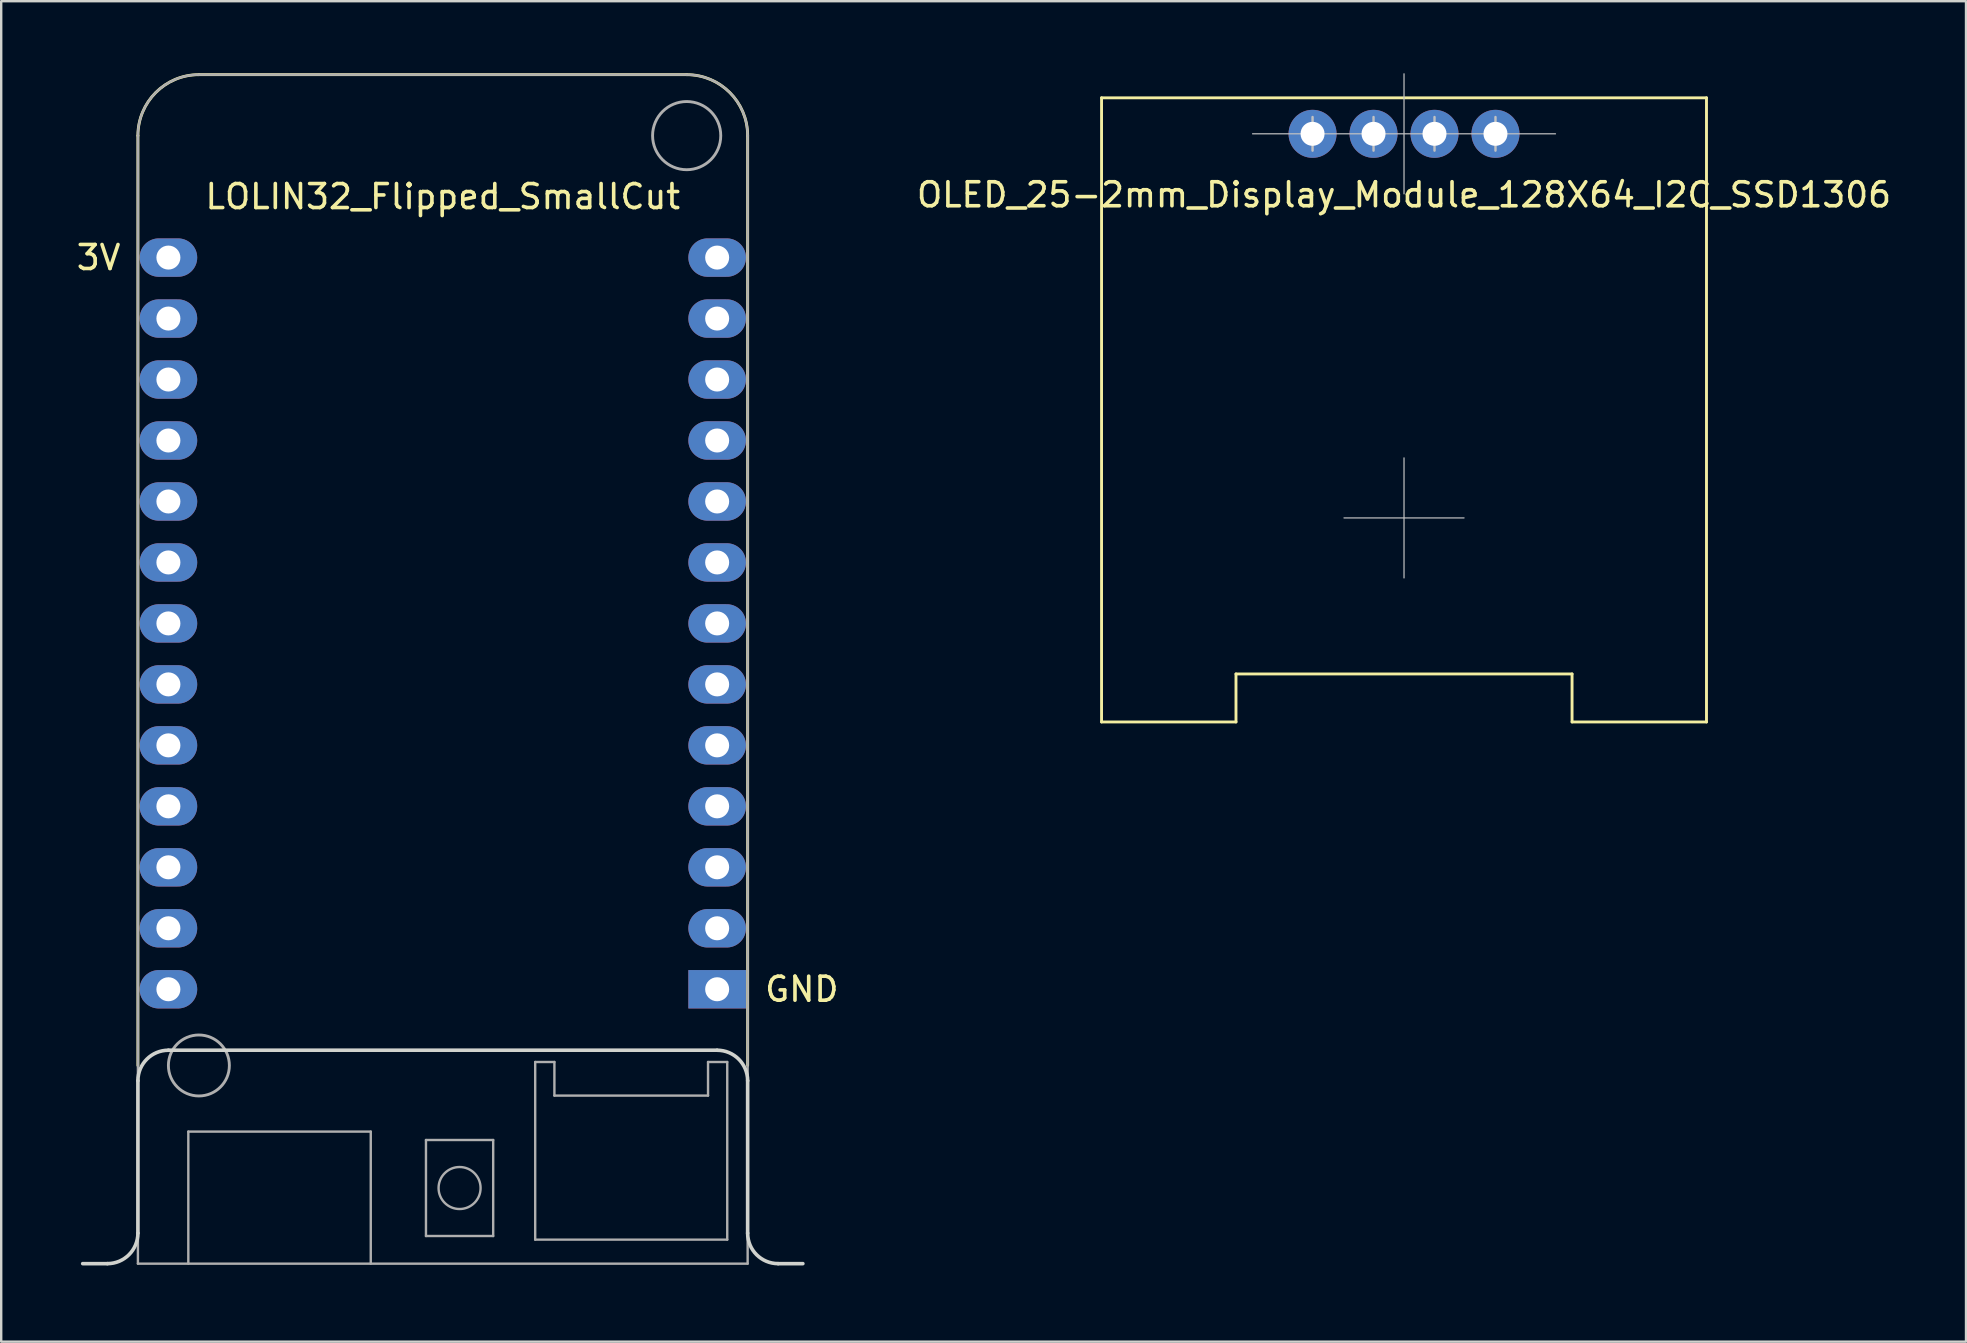
<source format=kicad_pcb>
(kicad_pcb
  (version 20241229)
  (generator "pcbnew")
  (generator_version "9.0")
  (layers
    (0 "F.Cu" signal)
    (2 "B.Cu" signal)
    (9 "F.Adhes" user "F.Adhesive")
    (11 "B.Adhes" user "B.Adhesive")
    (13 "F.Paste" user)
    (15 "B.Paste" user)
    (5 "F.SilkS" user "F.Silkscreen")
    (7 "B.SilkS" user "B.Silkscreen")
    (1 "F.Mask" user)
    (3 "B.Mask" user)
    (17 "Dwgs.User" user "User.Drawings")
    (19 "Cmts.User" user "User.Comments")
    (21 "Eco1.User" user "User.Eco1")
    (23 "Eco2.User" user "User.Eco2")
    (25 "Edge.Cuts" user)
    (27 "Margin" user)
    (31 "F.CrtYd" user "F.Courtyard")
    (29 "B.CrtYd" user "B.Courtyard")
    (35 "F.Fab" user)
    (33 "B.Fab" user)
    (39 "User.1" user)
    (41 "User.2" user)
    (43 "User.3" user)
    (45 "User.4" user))
  (footprint "OLED_25-2mm_Display_Module_128X64_I2C_SSD1306"
    (layer "F.Cu")
    (at 55.438 2.525)
    (property "Reference" "OLED_25-2mm_Display_Module_128X64_I2C_SSD1306" (at 0 2.54 0) (layer "F.SilkS") (effects (font (size 1 1) (thickness 0.15))))
    (attr through_hole)
    (fp_line (start -12.6 -1.5) (end -12.6 24.5) (stroke (width 0.12) (type solid)) (layer "F.SilkS"))
    (fp_line (start -12.6 24.5) (end -7 24.5) (stroke (width 0.12) (type solid)) (layer "F.SilkS"))
    (fp_line (start -7 22.5) (end 7 22.5) (stroke (width 0.12) (type solid)) (layer "F.SilkS"))
    (fp_line (start -7 24.5) (end -7 22.5) (stroke (width 0.12) (type solid)) (layer "F.SilkS"))
    (fp_line (start 7 22.5) (end 7 24.5) (stroke (width 0.12) (type solid)) (layer "F.SilkS"))
    (fp_line (start 7 24.5) (end 12.6 24.5) (stroke (width 0.12) (type solid)) (layer "F.SilkS"))
    (fp_line (start 12.6 -1.5) (end -12.6 -1.5) (stroke (width 0.12) (type solid)) (layer "F.SilkS"))
    (fp_line (start 12.6 24.5) (end 12.6 -1.5) (stroke (width 0.12) (type solid)) (layer "F.SilkS"))
    (fp_line (start -6.31 0) (end 6.31 0) (stroke (width 0.05) (type solid)) (layer "Dwgs.User"))
    (fp_line (start -3.81 0.7) (end -3.81 -0.7) (stroke (width 0.1) (type solid)) (layer "Dwgs.User"))
    (fp_line (start -2.5 16) (end 2.5 16) (stroke (width 0.05) (type solid)) (layer "Dwgs.User"))
    (fp_line (start -1.27 0.7) (end -1.27 -0.7) (stroke (width 0.1) (type solid)) (layer "Dwgs.User"))
    (fp_line (start 0 2.5) (end 0 -2.5) (stroke (width 0.05) (type solid)) (layer "Dwgs.User"))
    (fp_line (start 0 18.5) (end 0 13.5) (stroke (width 0.05) (type solid)) (layer "Dwgs.User"))
    (fp_line (start 1.27 0.7) (end 1.27 -0.7) (stroke (width 0.1) (type solid)) (layer "Dwgs.User"))
    (fp_line (start 3.81 0.7) (end 3.81 -0.7) (stroke (width 0.1) (type solid)) (layer "Dwgs.User"))
    (pad "1" thru_hole circle (at -3.81 0) (size 2 2) (drill 1) (layers "*.Cu" "*.Mask"))
    (pad "2" thru_hole circle (at -1.27 0) (size 2 2) (drill 1) (layers "*.Cu" "*.Mask"))
    (pad "3" thru_hole circle (at 1.27 0) (size 2 2) (drill 1) (layers "*.Cu" "*.Mask"))
    (pad "4" thru_hole circle (at 3.81 0) (size 2 2) (drill 1) (layers "*.Cu" "*.Mask")))
  (footprint "LOLIN32_Flipped_SmallCut"
    (layer "F.Cu")
    (at 15.395 49.59)
    (property "Reference" "LOLIN32_Flipped_SmallCut" (at 0 -44.45 0) (layer "F.SilkS") (effects (font (size 1 1) (thickness 0.15))))
    (attr through_hole)
    (fp_line (start -12.7 -46.99) (end -12.7 -8.255) (stroke (width 0.12) (type solid)) (layer "F.SilkS"))
    (fp_line (start 10.16 -49.53) (end -10.16 -49.53) (stroke (width 0.12) (type solid)) (layer "F.SilkS"))
    (fp_line (start 12.7 -8.255) (end 12.7 -46.99) (stroke (width 0.12) (type solid)) (layer "F.SilkS"))
    (fp_arc (start -12.699998 -46.99) (mid -11.95605 -48.786051) (end -10.159999 -49.529999) (stroke (width 0.12) (type solid)) (layer "F.SilkS"))
    (fp_arc (start 10.159999 -49.53) (mid 11.95605 -48.786051) (end 12.699999 -46.99) (stroke (width 0.12) (type solid)) (layer "F.SilkS"))
    (fp_line (start -13.97 0) (end -15 0) (stroke (width 0.15) (type solid)) (layer "Edge.Cuts"))
    (fp_line (start -12.7 -7.62) (end -12.7 -1.27) (stroke (width 0.15) (type solid)) (layer "Edge.Cuts"))
    (fp_line (start 11.43 -8.89) (end -11.43 -8.89) (stroke (width 0.15) (type solid)) (layer "Edge.Cuts"))
    (fp_line (start 12.7 -1.27) (end 12.7 -7.62) (stroke (width 0.15) (type solid)) (layer "Edge.Cuts"))
    (fp_line (start 13.97 0) (end 15 0) (stroke (width 0.15) (type solid)) (layer "Edge.Cuts"))
    (fp_arc (start -12.699999 -7.62) (mid -12.328025 -8.518026) (end -11.429999 -8.89) (stroke (width 0.15) (type solid)) (layer "Edge.Cuts"))
    (fp_arc (start -12.699999 -1.27) (mid -13.071973 -0.371974) (end -13.969999 0) (stroke (width 0.15) (type solid)) (layer "Edge.Cuts"))
    (fp_arc (start 11.43 -8.89) (mid 12.328026 -8.518026) (end 12.7 -7.62) (stroke (width 0.15) (type solid)) (layer "Edge.Cuts"))
    (fp_arc (start 13.97 0) (mid 13.071974 -0.371974) (end 12.7 -1.27) (stroke (width 0.15) (type solid)) (layer "Edge.Cuts"))
    (fp_line (start -12.7 -46.99) (end -12.7 0) (stroke (width 0.1) (type solid)) (layer "F.Fab"))
    (fp_line (start -12.7 0) (end 12.7 0) (stroke (width 0.1) (type solid)) (layer "F.Fab"))
    (fp_line (start -10.6 -5.5) (end -3 -5.5) (stroke (width 0.1) (type solid)) (layer "F.Fab"))
    (fp_line (start -10.6 0) (end -10.6 -5.5) (stroke (width 0.1) (type solid)) (layer "F.Fab"))
    (fp_line (start -3 -5.5) (end -3 0) (stroke (width 0.1) (type solid)) (layer "F.Fab"))
    (fp_line (start -0.7 -5.15) (end 2.1 -5.15) (stroke (width 0.1) (type solid)) (layer "F.Fab"))
    (fp_line (start -0.7 -1.15) (end -0.7 -5.15) (stroke (width 0.1) (type solid)) (layer "F.Fab"))
    (fp_line (start 2.1 -5.15) (end 2.1 -1.15) (stroke (width 0.1) (type solid)) (layer "F.Fab"))
    (fp_line (start 2.1 -1.15) (end -0.7 -1.15) (stroke (width 0.1) (type solid)) (layer "F.Fab"))
    (fp_line (start 3.85 -8.4) (end 4.65 -8.4) (stroke (width 0.1) (type solid)) (layer "F.Fab"))
    (fp_line (start 3.85 -1) (end 3.85 -8.4) (stroke (width 0.1) (type solid)) (layer "F.Fab"))
    (fp_line (start 4.65 -7) (end 11.05 -7) (stroke (width 0.1) (type solid)) (layer "F.Fab"))
    (fp_line (start 4.65 -8.4) (end 4.65 -7) (stroke (width 0.1) (type solid)) (layer "F.Fab"))
    (fp_line (start 10.16 -49.53) (end -10.16 -49.53) (stroke (width 0.1) (type solid)) (layer "F.Fab"))
    (fp_line (start 11.05 -8.4) (end 11.85 -8.4) (stroke (width 0.1) (type solid)) (layer "F.Fab"))
    (fp_line (start 11.05 -7) (end 11.05 -8.4) (stroke (width 0.1) (type solid)) (layer "F.Fab"))
    (fp_line (start 11.85 -8.4) (end 11.85 -1) (stroke (width 0.1) (type solid)) (layer "F.Fab"))
    (fp_line (start 11.85 -1) (end 3.85 -1) (stroke (width 0.1) (type solid)) (layer "F.Fab"))
    (fp_line (start 12.7 0) (end 12.7 -46.99) (stroke (width 0.1) (type solid)) (layer "F.Fab"))
    (fp_arc (start -12.699998 -46.99) (mid -11.95605 -48.786051) (end -10.159999 -49.529999) (stroke (width 0.1) (type solid)) (layer "F.Fab"))
    (fp_arc (start 10.159999 -49.53) (mid 11.95605 -48.786051) (end 12.699999 -46.99) (stroke (width 0.1) (type solid)) (layer "F.Fab"))
    (fp_circle (center -10.16 -8.255) (end -8.89 -8.255) (stroke (width 0.12) (type solid)) (fill no) (layer "F.Fab"))
    (fp_circle (center 0.7 -3.15) (end 1.575 -3.15) (stroke (width 0.1) (type solid)) (fill no) (layer "F.Fab"))
    (fp_circle (center 10.16 -46.99) (end 11.43 -47.625) (stroke (width 0.12) (type solid)) (fill no) (layer "F.Fab"))
    (fp_text user "3V" (at -13.335 -41.91 0) (layer "F.SilkS") (effects (font (size 1 1) (thickness 0.15)) (justify right)))
    (fp_text user "GND" (at 13.335 -11.43 0) (layer "F.SilkS") (effects (font (size 1 1) (thickness 0.15)) (justify left)))
    (pad "1" thru_hole rect (at 11.43 -11.43) (size 2.4 1.6) (drill 1) (layers "*.Cu" "*.Mask"))
    (pad "2" thru_hole oval (at 11.43 -13.97) (size 2.4 1.6) (drill 1) (layers "*.Cu" "*.Mask"))
    (pad "3" thru_hole oval (at 11.43 -16.51) (size 2.4 1.6) (drill 1) (layers "*.Cu" "*.Mask"))
    (pad "4" thru_hole oval (at 11.43 -19.05) (size 2.4 1.6) (drill 1) (layers "*.Cu" "*.Mask"))
    (pad "5" thru_hole oval (at 11.43 -21.59) (size 2.4 1.6) (drill 1) (layers "*.Cu" "*.Mask"))
    (pad "6" thru_hole oval (at 11.43 -24.13) (size 2.4 1.6) (drill 1) (layers "*.Cu" "*.Mask"))
    (pad "7" thru_hole oval (at 11.43 -26.67) (size 2.4 1.6) (drill 1) (layers "*.Cu" "*.Mask"))
    (pad "8" thru_hole oval (at 11.43 -29.21) (size 2.4 1.6) (drill 1) (layers "*.Cu" "*.Mask"))
    (pad "9" thru_hole oval (at 11.43 -31.75) (size 2.4 1.6) (drill 1) (layers "*.Cu" "*.Mask"))
    (pad "10" thru_hole oval (at 11.43 -34.29) (size 2.4 1.6) (drill 1) (layers "*.Cu" "*.Mask"))
    (pad "11" thru_hole oval (at 11.43 -36.83) (size 2.4 1.6) (drill 1) (layers "*.Cu" "*.Mask"))
    (pad "12" thru_hole oval (at 11.43 -39.37) (size 2.4 1.6) (drill 1) (layers "*.Cu" "*.Mask"))
    (pad "13" thru_hole oval (at 11.43 -41.91) (size 2.4 1.6) (drill 1) (layers "*.Cu" "*.Mask"))
    (pad "14" thru_hole oval (at -11.43 -11.43) (size 2.4 1.6) (drill 1) (layers "*.Cu" "*.Mask"))
    (pad "15" thru_hole oval (at -11.43 -13.97) (size 2.4 1.6) (drill 1) (layers "*.Cu" "*.Mask"))
    (pad "16" thru_hole oval (at -11.43 -16.51) (size 2.4 1.6) (drill 1) (layers "*.Cu" "*.Mask"))
    (pad "17" thru_hole oval (at -11.43 -19.05) (size 2.4 1.6) (drill 1) (layers "*.Cu" "*.Mask"))
    (pad "18" thru_hole oval (at -11.43 -21.59) (size 2.4 1.6) (drill 1) (layers "*.Cu" "*.Mask"))
    (pad "19" thru_hole oval (at -11.43 -24.13) (size 2.4 1.6) (drill 1) (layers "*.Cu" "*.Mask"))
    (pad "20" thru_hole oval (at -11.43 -26.67) (size 2.4 1.6) (drill 1) (layers "*.Cu" "*.Mask"))
    (pad "21" thru_hole oval (at -11.43 -29.21) (size 2.4 1.6) (drill 1) (layers "*.Cu" "*.Mask"))
    (pad "22" thru_hole oval (at -11.43 -31.75) (size 2.4 1.6) (drill 1) (layers "*.Cu" "*.Mask"))
    (pad "23" thru_hole oval (at -11.43 -34.29) (size 2.4 1.6) (drill 1) (layers "*.Cu" "*.Mask"))
    (pad "24" thru_hole oval (at -11.43 -36.83) (size 2.4 1.6) (drill 1) (layers "*.Cu" "*.Mask"))
    (pad "25" thru_hole oval (at -11.43 -39.37) (size 2.4 1.6) (drill 1) (layers "*.Cu" "*.Mask"))
    (pad "26" thru_hole oval (at -11.43 -41.91) (size 2.4 1.6) (drill 1) (layers "*.Cu" "*.Mask")))
  (gr_rect
    (start -3 -3)
    (end 78.849 52.84)
    (stroke (width 0.1) (type default))
    (fill no)
    (layer "Edge.Cuts")))
</source>
